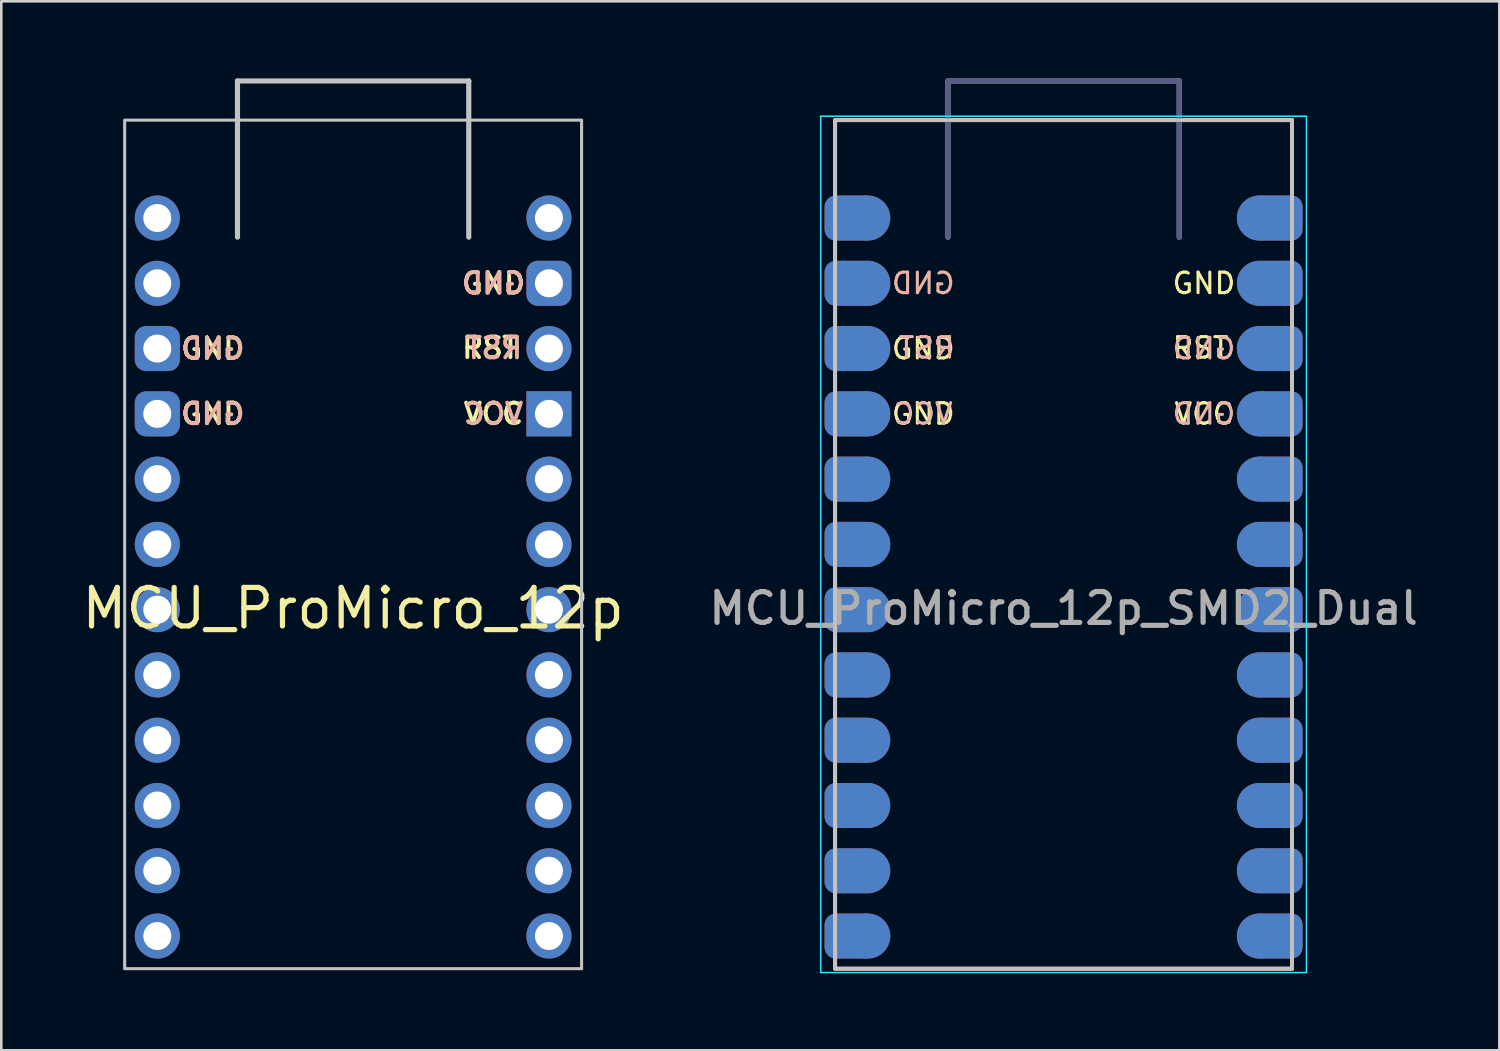
<source format=kicad_pcb>
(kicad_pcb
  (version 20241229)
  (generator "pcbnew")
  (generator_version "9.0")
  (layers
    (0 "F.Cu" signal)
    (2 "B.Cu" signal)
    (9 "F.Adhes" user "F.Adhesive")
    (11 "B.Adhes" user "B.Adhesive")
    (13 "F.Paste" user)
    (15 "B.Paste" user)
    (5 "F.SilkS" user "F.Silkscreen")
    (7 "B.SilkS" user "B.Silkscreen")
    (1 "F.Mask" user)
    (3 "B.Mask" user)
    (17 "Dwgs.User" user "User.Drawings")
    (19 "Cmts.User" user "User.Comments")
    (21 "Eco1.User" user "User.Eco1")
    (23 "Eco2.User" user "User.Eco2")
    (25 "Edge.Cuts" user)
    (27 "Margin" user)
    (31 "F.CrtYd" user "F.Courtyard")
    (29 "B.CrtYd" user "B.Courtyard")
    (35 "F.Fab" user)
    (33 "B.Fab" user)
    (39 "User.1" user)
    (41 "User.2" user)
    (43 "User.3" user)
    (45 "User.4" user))
  (footprint "MCU_ProMicro_12p_SMD2_Dual"
    (layer "F.Cu")
    (at 38.337 18.624)
    (property "Reference" "MCU_ProMicro_12p_SMD2_Dual" (at 0 2 180) (layer "F.Fab") (effects (font (size 1.2 1.2) (thickness 0.203))))
    (attr through_hole)
    (fp_line (start -8.89 -17) (end -8.89 16.02) (stroke (width 0.15) (type default)) (layer "F.SilkS"))
    (fp_line (start -8.89 -17) (end 8.89 -17) (stroke (width 0.15) (type default)) (layer "F.SilkS"))
    (fp_line (start 8.89 16.02) (end -8.89 16.02) (stroke (width 0.15) (type default)) (layer "F.SilkS"))
    (fp_line (start 8.89 16.02) (end 8.89 -17) (stroke (width 0.15) (type default)) (layer "F.SilkS"))
    (fp_line (start -8.89 16.02) (end -8.89 -17) (stroke (width 0.15) (type default)) (layer "B.SilkS"))
    (fp_line (start -8.89 16.02) (end 8.89 16.02) (stroke (width 0.15) (type default)) (layer "B.SilkS"))
    (fp_line (start 8.89 -17) (end -8.89 -17) (stroke (width 0.15) (type default)) (layer "B.SilkS"))
    (fp_line (start 8.89 -17) (end 8.89 16.02) (stroke (width 0.15) (type default)) (layer "B.SilkS"))
    (fp_line (start -8.89 -17) (end -8.89 16.02) (stroke (width 0.12) (type default)) (layer "Dwgs.User"))
    (fp_line (start -8.89 -17) (end 8.89 -17) (stroke (width 0.12) (type default)) (layer "Dwgs.User"))
    (fp_line (start -8.89 16.02) (end -8.89 -17) (stroke (width 0.12) (type default)) (layer "Dwgs.User"))
    (fp_line (start -8.89 16.02) (end 8.89 16.02) (stroke (width 0.12) (type default)) (layer "Dwgs.User"))
    (fp_line (start 8.89 -17) (end -8.89 -17) (stroke (width 0.12) (type default)) (layer "Dwgs.User"))
    (fp_line (start 8.89 -17) (end 8.89 16.02) (stroke (width 0.12) (type default)) (layer "Dwgs.User"))
    (fp_line (start 8.89 16.02) (end -8.89 16.02) (stroke (width 0.12) (type default)) (layer "Dwgs.User"))
    (fp_line (start 8.89 16.02) (end 8.89 -17) (stroke (width 0.12) (type default)) (layer "Dwgs.User"))
    (fp_line (start -9.45 -17.15) (end -9.45 16.17) (stroke (width 0.05) (type default)) (layer "B.CrtYd"))
    (fp_line (start -9.45 16.17) (end 9.45 16.17) (stroke (width 0.05) (type default)) (layer "B.CrtYd"))
    (fp_line (start 9.45 -17.15) (end -9.45 -17.15) (stroke (width 0.05) (type default)) (layer "B.CrtYd"))
    (fp_line (start 9.45 -17.15) (end 9.45 16.17) (stroke (width 0.05) (type default)) (layer "B.CrtYd"))
    (fp_line (start -9.45 -17.15) (end -9.45 16.17) (stroke (width 0.05) (type default)) (layer "F.CrtYd"))
    (fp_line (start -9.45 -17.15) (end 9.45 -17.15) (stroke (width 0.05) (type default)) (layer "F.CrtYd"))
    (fp_line (start 9.45 -17.15) (end 9.45 16.17) (stroke (width 0.05) (type default)) (layer "F.CrtYd"))
    (fp_line (start 9.45 16.17) (end -9.45 16.17) (stroke (width 0.05) (type default)) (layer "F.CrtYd"))
    (fp_line (start -4.5 -18.524) (end -4.5 -12.444) (stroke (width 0.2) (type solid)) (layer "B.Fab"))
    (fp_line (start 4.5 -18.524) (end -4.5 -18.524) (stroke (width 0.2) (type solid)) (layer "B.Fab"))
    (fp_line (start 4.5 -12.444) (end 4.5 -18.524) (stroke (width 0.2) (type solid)) (layer "B.Fab"))
    (fp_line (start -4.5 -18.524) (end 4.5 -18.524) (stroke (width 0.2) (type solid)) (layer "F.Fab"))
    (fp_line (start -4.5 -12.444) (end -4.5 -18.524) (stroke (width 0.2) (type solid)) (layer "F.Fab"))
    (fp_line (start 4.5 -18.524) (end 4.5 -12.444) (stroke (width 0.2) (type solid)) (layer "F.Fab"))
    (fp_text user "GND" (at -5.461 -5.57 0) (layer "F.SilkS") (effects (font (size 0.8 0.8) (thickness 0.12))))
    (fp_text user "GND" (at -5.461 -8.11 0) (layer "F.SilkS") (effects (font (size 0.8 0.8) (thickness 0.12))))
    (fp_text user "RST" (at 5.334 -8.14 0) (layer "F.SilkS") (effects (font (size 0.8 0.8) (thickness 0.12))))
    (fp_text user "GND" (at 5.461 -10.65 0) (layer "F.SilkS") (effects (font (size 0.8 0.8) (thickness 0.12))))
    (fp_text user "VCC" (at 5.461 -5.57 0) (layer "F.SilkS") (effects (font (size 0.8 0.8) (thickness 0.12))))
    (fp_text user "RST" (at -5.334 -8.14 0) (layer "B.SilkS") (effects (font (size 0.8 0.8) (thickness 0.12)) (justify mirror)))
    (fp_text user "GND" (at 5.461 -5.57 0) (layer "B.SilkS") (effects (font (size 0.8 0.8) (thickness 0.12)) (justify mirror)))
    (fp_text user "VCC" (at -5.461 -5.57 0) (layer "B.SilkS") (effects (font (size 0.8 0.8) (thickness 0.12)) (justify mirror)))
    (fp_text user "GND" (at -5.461 -10.65 0) (layer "B.SilkS") (effects (font (size 0.8 0.8) (thickness 0.12)) (justify mirror)))
    (fp_text user "GND" (at 5.461 -8.11 0) (layer "B.SilkS") (effects (font (size 0.8 0.8) (thickness 0.12)) (justify mirror)))
    (pad "1" smd roundrect (at -8.3 -13.19) (size 2 1.753) (layers "F.Cu" "F.Mask") (roundrect_rratio 0.25) (chamfer_ratio 0.2) (chamfer))
    (pad "1" smd circle (at -7.62 -13.19 270) (size 1.753 1.753) (layers "F.Cu" "F.Mask"))
    (pad "1" smd circle (at 7.62 -13.19 90) (size 1.753 1.753) (layers "B.Cu" "B.Mask"))
    (pad "1" smd roundrect (at 8.3 -13.19) (size 2 1.753) (layers "B.Cu" "B.Mask") (roundrect_rratio 0.25) (chamfer_ratio 0.2) (chamfer))
    (pad "2" smd roundrect (at -8.3 -10.65) (size 2 1.753) (layers "F.Cu" "F.Mask") (roundrect_rratio 0.25) (chamfer_ratio 0.2) (chamfer))
    (pad "2" smd circle (at -7.62 -10.65 270) (size 1.753 1.753) (layers "F.Cu" "F.Mask"))
    (pad "2" smd circle (at 7.62 -10.65 90) (size 1.753 1.753) (layers "B.Cu" "B.Mask"))
    (pad "2" smd roundrect (at 8.3 -10.65) (size 2 1.753) (layers "B.Cu" "B.Mask") (roundrect_rratio 0.25) (chamfer_ratio 0.2) (chamfer))
    (pad "3" smd roundrect (at -8.3 -8.11) (size 2 1.753) (layers "F.Cu" "F.Mask") (roundrect_rratio 0.25) (chamfer_ratio 0.2) (chamfer))
    (pad "3" smd circle (at -7.62 -8.11 270) (size 1.753 1.753) (layers "F.Cu" "F.Mask"))
    (pad "3" smd circle (at 7.62 -8.11 90) (size 1.753 1.753) (layers "B.Cu" "B.Mask"))
    (pad "3" smd roundrect (at 8.3 -8.11) (size 2 1.753) (layers "B.Cu" "B.Mask") (roundrect_rratio 0.25) (chamfer_ratio 0.2) (chamfer))
    (pad "4" smd roundrect (at -8.3 -5.57) (size 2 1.753) (layers "F.Cu" "F.Mask") (roundrect_rratio 0.25) (chamfer_ratio 0.2) (chamfer))
    (pad "4" smd circle (at -7.62 -5.57 270) (size 1.753 1.753) (layers "F.Cu" "F.Mask"))
    (pad "4" smd circle (at 7.62 -5.57 90) (size 1.753 1.753) (layers "B.Cu" "B.Mask"))
    (pad "4" smd roundrect (at 8.3 -5.57) (size 2 1.753) (layers "B.Cu" "B.Mask") (roundrect_rratio 0.25) (chamfer_ratio 0.2) (chamfer))
    (pad "5" smd roundrect (at -8.3 -3.03) (size 2 1.753) (layers "F.Cu" "F.Mask") (roundrect_rratio 0.25) (chamfer_ratio 0.2) (chamfer))
    (pad "5" smd circle (at -7.62 -3.03 270) (size 1.753 1.753) (layers "F.Cu" "F.Mask"))
    (pad "5" smd circle (at 7.62 -3.03 90) (size 1.753 1.753) (layers "B.Cu" "B.Mask"))
    (pad "5" smd roundrect (at 8.3 -3.03) (size 2 1.753) (layers "B.Cu" "B.Mask") (roundrect_rratio 0.25) (chamfer_ratio 0.2) (chamfer))
    (pad "6" smd roundrect (at -8.3 -0.49) (size 2 1.753) (layers "F.Cu" "F.Mask") (roundrect_rratio 0.25) (chamfer_ratio 0.2) (chamfer))
    (pad "6" smd circle (at -7.62 -0.49 270) (size 1.753 1.753) (layers "F.Cu" "F.Mask"))
    (pad "6" smd circle (at 7.62 -0.49 90) (size 1.753 1.753) (layers "B.Cu" "B.Mask"))
    (pad "6" smd roundrect (at 8.3 -0.49) (size 2 1.753) (layers "B.Cu" "B.Mask") (roundrect_rratio 0.25) (chamfer_ratio 0.2) (chamfer))
    (pad "7" smd roundrect (at -8.3 2.05) (size 2 1.753) (layers "F.Cu" "F.Mask") (roundrect_rratio 0.25) (chamfer_ratio 0.2) (chamfer))
    (pad "7" smd circle (at -7.62 2.05 270) (size 1.753 1.753) (layers "F.Cu" "F.Mask"))
    (pad "7" smd circle (at 7.62 2.05 90) (size 1.753 1.753) (layers "B.Cu" "B.Mask"))
    (pad "7" smd roundrect (at 8.3 2.05) (size 2 1.753) (layers "B.Cu" "B.Mask") (roundrect_rratio 0.25) (chamfer_ratio 0.2) (chamfer))
    (pad "8" smd roundrect (at -8.3 4.59) (size 2 1.753) (layers "F.Cu" "F.Mask") (roundrect_rratio 0.25) (chamfer_ratio 0.2) (chamfer))
    (pad "8" smd circle (at -7.62 4.59 270) (size 1.753 1.753) (layers "F.Cu" "F.Mask"))
    (pad "8" smd circle (at 7.62 4.59 90) (size 1.753 1.753) (layers "B.Cu" "B.Mask"))
    (pad "8" smd roundrect (at 8.3 4.59) (size 2 1.753) (layers "B.Cu" "B.Mask") (roundrect_rratio 0.25) (chamfer_ratio 0.2) (chamfer))
    (pad "9" smd roundrect (at -8.3 7.13) (size 2 1.753) (layers "F.Cu" "F.Mask") (roundrect_rratio 0.25) (chamfer_ratio 0.2) (chamfer))
    (pad "9" smd circle (at -7.62 7.13 270) (size 1.753 1.753) (layers "F.Cu" "F.Mask"))
    (pad "9" smd circle (at 7.62 7.13 90) (size 1.753 1.753) (layers "B.Cu" "B.Mask"))
    (pad "9" smd roundrect (at 8.3 7.13) (size 2 1.753) (layers "B.Cu" "B.Mask") (roundrect_rratio 0.25) (chamfer_ratio 0.2) (chamfer))
    (pad "10" smd roundrect (at -8.3 9.67) (size 2 1.753) (layers "F.Cu" "F.Mask") (roundrect_rratio 0.25) (chamfer_ratio 0.2) (chamfer))
    (pad "10" smd circle (at -7.62 9.67 270) (size 1.753 1.753) (layers "F.Cu" "F.Mask"))
    (pad "10" smd circle (at 7.62 9.67 90) (size 1.753 1.753) (layers "B.Cu" "B.Mask"))
    (pad "10" smd roundrect (at 8.3 9.67) (size 2 1.753) (layers "B.Cu" "B.Mask") (roundrect_rratio 0.25) (chamfer_ratio 0.2) (chamfer))
    (pad "11" smd roundrect (at -8.3 12.21) (size 2 1.753) (layers "F.Cu" "F.Mask") (roundrect_rratio 0.25) (chamfer_ratio 0.2) (chamfer))
    (pad "11" smd circle (at -7.62 12.21 270) (size 1.753 1.753) (layers "F.Cu" "F.Mask"))
    (pad "11" smd circle (at 7.62 12.21 90) (size 1.753 1.753) (layers "B.Cu" "B.Mask"))
    (pad "11" smd roundrect (at 8.3 12.21) (size 2 1.753) (layers "B.Cu" "B.Mask") (roundrect_rratio 0.25) (chamfer_ratio 0.2) (chamfer))
    (pad "12" smd roundrect (at -8.3 14.75) (size 2 1.753) (layers "F.Cu" "F.Mask") (roundrect_rratio 0.25) (chamfer_ratio 0.2) (chamfer))
    (pad "12" smd circle (at -7.62 14.75 270) (size 1.753 1.753) (layers "F.Cu" "F.Mask"))
    (pad "12" smd circle (at 7.62 14.75 90) (size 1.753 1.753) (layers "B.Cu" "B.Mask"))
    (pad "12" smd roundrect (at 8.3 14.75) (size 2 1.753) (layers "B.Cu" "B.Mask") (roundrect_rratio 0.25) (chamfer_ratio 0.2) (chamfer))
    (pad "13" smd roundrect (at -8.3 14.75 180) (size 2 1.753) (layers "B.Cu" "B.Mask") (roundrect_rratio 0.25) (chamfer_ratio 0.2) (chamfer))
    (pad "13" smd circle (at -7.62 14.75 270) (size 1.753 1.753) (layers "B.Cu" "B.Mask"))
    (pad "13" smd circle (at 7.62 14.75 90) (size 1.753 1.753) (layers "F.Cu" "F.Mask"))
    (pad "13" smd roundrect (at 8.3 14.75 180) (size 2 1.753) (layers "F.Cu" "F.Mask") (roundrect_rratio 0.25) (chamfer_ratio 0.2) (chamfer))
    (pad "14" smd roundrect (at -8.3 12.21 180) (size 2 1.753) (layers "B.Cu" "B.Mask") (roundrect_rratio 0.25) (chamfer_ratio 0.2) (chamfer))
    (pad "14" smd circle (at -7.62 12.21 270) (size 1.753 1.753) (layers "B.Cu" "B.Mask"))
    (pad "14" smd circle (at 7.62 12.21 90) (size 1.753 1.753) (layers "F.Cu" "F.Mask"))
    (pad "14" smd roundrect (at 8.3 12.21 180) (size 2 1.753) (layers "F.Cu" "F.Mask") (roundrect_rratio 0.25) (chamfer_ratio 0.2) (chamfer))
    (pad "15" smd roundrect (at -8.3 9.67 180) (size 2 1.753) (layers "B.Cu" "B.Mask") (roundrect_rratio 0.25) (chamfer_ratio 0.2) (chamfer))
    (pad "15" smd circle (at -7.62 9.67 270) (size 1.753 1.753) (layers "B.Cu" "B.Mask"))
    (pad "15" smd circle (at 7.62 9.67 90) (size 1.753 1.753) (layers "F.Cu" "F.Mask"))
    (pad "15" smd roundrect (at 8.3 9.67 180) (size 2 1.753) (layers "F.Cu" "F.Mask") (roundrect_rratio 0.25) (chamfer_ratio 0.2) (chamfer))
    (pad "16" smd roundrect (at -8.3 7.13 180) (size 2 1.753) (layers "B.Cu" "B.Mask") (roundrect_rratio 0.25) (chamfer_ratio 0.2) (chamfer))
    (pad "16" smd circle (at -7.62 7.13 270) (size 1.753 1.753) (layers "B.Cu" "B.Mask"))
    (pad "16" smd circle (at 7.62 7.13 90) (size 1.753 1.753) (layers "F.Cu" "F.Mask"))
    (pad "16" smd roundrect (at 8.3 7.13 180) (size 2 1.753) (layers "F.Cu" "F.Mask") (roundrect_rratio 0.25) (chamfer_ratio 0.2) (chamfer))
    (pad "17" smd roundrect (at -8.3 4.59 180) (size 2 1.753) (layers "B.Cu" "B.Mask") (roundrect_rratio 0.25) (chamfer_ratio 0.2) (chamfer))
    (pad "17" smd circle (at -7.62 4.59 270) (size 1.753 1.753) (layers "B.Cu" "B.Mask"))
    (pad "17" smd circle (at 7.62 4.59 90) (size 1.753 1.753) (layers "F.Cu" "F.Mask"))
    (pad "17" smd roundrect (at 8.3 4.59 180) (size 2 1.753) (layers "F.Cu" "F.Mask") (roundrect_rratio 0.25) (chamfer_ratio 0.2) (chamfer))
    (pad "18" smd roundrect (at -8.3 2.05 180) (size 2 1.753) (layers "B.Cu" "B.Mask") (roundrect_rratio 0.25) (chamfer_ratio 0.2) (chamfer))
    (pad "18" smd circle (at -7.62 2.05 270) (size 1.753 1.753) (layers "B.Cu" "B.Mask"))
    (pad "18" smd circle (at 7.62 2.05 90) (size 1.753 1.753) (layers "F.Cu" "F.Mask"))
    (pad "18" smd roundrect (at 8.3 2.05 180) (size 2 1.753) (layers "F.Cu" "F.Mask") (roundrect_rratio 0.25) (chamfer_ratio 0.2) (chamfer))
    (pad "19" smd roundrect (at -8.3 -0.49 180) (size 2 1.753) (layers "B.Cu" "B.Mask") (roundrect_rratio 0.25) (chamfer_ratio 0.2) (chamfer))
    (pad "19" smd circle (at -7.62 -0.49 270) (size 1.753 1.753) (layers "B.Cu" "B.Mask"))
    (pad "19" smd circle (at 7.62 -0.49 90) (size 1.753 1.753) (layers "F.Cu" "F.Mask"))
    (pad "19" smd roundrect (at 8.3 -0.49 180) (size 2 1.753) (layers "F.Cu" "F.Mask") (roundrect_rratio 0.25) (chamfer_ratio 0.2) (chamfer))
    (pad "20" smd roundrect (at -8.3 -3.03 180) (size 2 1.753) (layers "B.Cu" "B.Mask") (roundrect_rratio 0.25) (chamfer_ratio 0.2) (chamfer))
    (pad "20" smd circle (at -7.62 -3.03 270) (size 1.753 1.753) (layers "B.Cu" "B.Mask"))
    (pad "20" smd circle (at 7.62 -3.03 90) (size 1.753 1.753) (layers "F.Cu" "F.Mask"))
    (pad "20" smd roundrect (at 8.3 -3.03 180) (size 2 1.753) (layers "F.Cu" "F.Mask") (roundrect_rratio 0.25) (chamfer_ratio 0.2) (chamfer))
    (pad "21" smd roundrect (at -8.3 -5.57 180) (size 2 1.753) (layers "B.Cu" "B.Mask") (roundrect_rratio 0.25) (chamfer_ratio 0.2) (chamfer))
    (pad "21" smd circle (at -7.62 -5.57 270) (size 1.753 1.753) (layers "B.Cu" "B.Mask"))
    (pad "21" smd circle (at 7.62 -5.57 90) (size 1.753 1.753) (layers "F.Cu" "F.Mask"))
    (pad "21" smd roundrect (at 8.3 -5.57 180) (size 2 1.753) (layers "F.Cu" "F.Mask") (roundrect_rratio 0.25) (chamfer_ratio 0.2) (chamfer))
    (pad "22" smd roundrect (at -8.3 -8.11 180) (size 2 1.753) (layers "B.Cu" "B.Mask") (roundrect_rratio 0.25) (chamfer_ratio 0.2) (chamfer))
    (pad "22" smd circle (at -7.62 -8.11 270) (size 1.753 1.753) (layers "B.Cu" "B.Mask"))
    (pad "22" smd circle (at 7.62 -8.11 90) (size 1.753 1.753) (layers "F.Cu" "F.Mask"))
    (pad "22" smd roundrect (at 8.3 -8.11 180) (size 2 1.753) (layers "F.Cu" "F.Mask") (roundrect_rratio 0.25) (chamfer_ratio 0.2) (chamfer))
    (pad "23" smd roundrect (at -8.3 -10.65 180) (size 2 1.753) (layers "B.Cu" "B.Mask") (roundrect_rratio 0.25) (chamfer_ratio 0.2) (chamfer))
    (pad "23" smd circle (at -7.62 -10.65 270) (size 1.753 1.753) (layers "B.Cu" "B.Mask"))
    (pad "23" smd circle (at 7.62 -10.65 90) (size 1.753 1.753) (layers "F.Cu" "F.Mask"))
    (pad "23" smd roundrect (at 8.3 -10.65 180) (size 2 1.753) (layers "F.Cu" "F.Mask") (roundrect_rratio 0.25) (chamfer_ratio 0.2) (chamfer))
    (pad "24" smd roundrect (at -8.3 -13.19 180) (size 2 1.753) (layers "B.Cu" "B.Mask") (roundrect_rratio 0.25) (chamfer_ratio 0.2) (chamfer))
    (pad "24" smd circle (at -7.62 -13.19 270) (size 1.753 1.753) (layers "B.Cu" "B.Mask"))
    (pad "24" smd circle (at 7.62 -13.19 90) (size 1.753 1.753) (layers "F.Cu" "F.Mask"))
    (pad "24" smd roundrect (at 8.3 -13.19 180) (size 2 1.753) (layers "F.Cu" "F.Mask") (roundrect_rratio 0.25) (chamfer_ratio 0.2) (chamfer)))
  (footprint "MCU_ProMicro_12p"
    (layer "F.Cu")
    (at 10.691 18.624)
    (property "Reference" "MCU_ProMicro_12p" (at 0 2 180) (layer "F.SilkS") (effects (font (size 1.5 1.5) (thickness 0.203))))
    (attr through_hole)
    (fp_line (start -4.5 -18.524) (end 4.5 -18.524) (stroke (width 0.2) (type solid)) (layer "Dwgs.User"))
    (fp_line (start -4.5 -12.444) (end -4.5 -18.524) (stroke (width 0.2) (type solid)) (layer "Dwgs.User"))
    (fp_line (start 4.5 -18.524) (end 4.5 -12.444) (stroke (width 0.2) (type solid)) (layer "Dwgs.User"))
    (fp_rect (start -8.89 16.02) (end 8.89 -17) (stroke (width 0.12) (type default)) (fill no) (layer "Dwgs.User"))
    (fp_text user "GND" (at -5.461 -8.11 0) (layer "F.SilkS") (effects (font (size 0.8 0.8) (thickness 0.15))))
    (fp_text user "VCC" (at 5.461 -5.57 0) (layer "F.SilkS") (effects (font (size 0.8 0.8) (thickness 0.15))))
    (fp_text user "GND" (at -5.461 -5.57 0) (layer "F.SilkS") (effects (font (size 0.8 0.8) (thickness 0.15))))
    (fp_text user "GND" (at 5.461 -10.65 0) (layer "F.SilkS") (effects (font (size 0.8 0.8) (thickness 0.15))))
    (fp_text user "RST" (at 5.34 -8.14 0) (layer "F.SilkS") (effects (font (size 0.8 0.8) (thickness 0.15))))
    (fp_text user "RST" (at 5.48 -8.13 0) (layer "B.SilkS") (effects (font (size 0.8 0.8) (thickness 0.15)) (justify mirror)))
    (fp_text user "GND" (at -5.461 -8.11 0) (layer "B.SilkS") (effects (font (size 0.8 0.8) (thickness 0.15)) (justify mirror)))
    (fp_text user "VCC" (at 5.461 -5.57 0) (layer "B.SilkS") (effects (font (size 0.8 0.8) (thickness 0.15)) (justify mirror)))
    (fp_text user "GND" (at -5.461 -5.57 0) (layer "B.SilkS") (effects (font (size 0.8 0.8) (thickness 0.15)) (justify mirror)))
    (fp_text user "GND" (at 5.461 -10.65 0) (layer "B.SilkS") (effects (font (size 0.8 0.8) (thickness 0.15)) (justify mirror)))
    (pad "1" thru_hole circle (at -7.62 -13.19 270) (size 1.753 1.753) (drill 1.092) (layers "*.Cu" "*.Mask"))
    (pad "2" thru_hole circle (at -7.62 -10.65 270) (size 1.753 1.753) (drill 1.092) (layers "*.Cu" "*.Mask"))
    (pad "3" thru_hole roundrect (at -7.62 -8.11 270) (size 1.753 1.753) (drill 1.092) (layers "*.Cu" "*.Mask") (roundrect_rratio 0.25))
    (pad "4" thru_hole roundrect (at -7.62 -5.57 270) (size 1.753 1.753) (drill 1.092) (layers "*.Cu" "*.Mask") (roundrect_rratio 0.25))
    (pad "5" thru_hole circle (at -7.62 -3.03 270) (size 1.753 1.753) (drill 1.092) (layers "*.Cu" "*.Mask"))
    (pad "6" thru_hole circle (at -7.62 -0.49 270) (size 1.753 1.753) (drill 1.092) (layers "*.Cu" "*.Mask"))
    (pad "7" thru_hole circle (at -7.62 2.05 270) (size 1.753 1.753) (drill 1.092) (layers "*.Cu" "*.Mask"))
    (pad "8" thru_hole circle (at -7.62 4.59 270) (size 1.753 1.753) (drill 1.092) (layers "*.Cu" "*.Mask"))
    (pad "9" thru_hole circle (at -7.62 7.13 270) (size 1.753 1.753) (drill 1.092) (layers "*.Cu" "*.Mask"))
    (pad "10" thru_hole circle (at -7.62 9.67 270) (size 1.753 1.753) (drill 1.092) (layers "*.Cu" "*.Mask"))
    (pad "11" thru_hole circle (at -7.62 12.21 270) (size 1.753 1.753) (drill 1.092) (layers "*.Cu" "*.Mask"))
    (pad "12" thru_hole circle (at -7.62 14.75 270) (size 1.753 1.753) (drill 1.092) (layers "*.Cu" "*.Mask"))
    (pad "13" thru_hole circle (at 7.62 14.75 270) (size 1.753 1.753) (drill 1.092) (layers "*.Cu" "*.Mask"))
    (pad "14" thru_hole circle (at 7.62 12.21 270) (size 1.753 1.753) (drill 1.092) (layers "*.Cu" "*.Mask"))
    (pad "15" thru_hole circle (at 7.62 9.67 270) (size 1.753 1.753) (drill 1.092) (layers "*.Cu" "*.Mask"))
    (pad "16" thru_hole circle (at 7.62 7.13 270) (size 1.753 1.753) (drill 1.092) (layers "*.Cu" "*.Mask"))
    (pad "17" thru_hole circle (at 7.62 4.59 270) (size 1.753 1.753) (drill 1.092) (layers "*.Cu" "*.Mask"))
    (pad "18" thru_hole circle (at 7.62 2.05 270) (size 1.753 1.753) (drill 1.092) (layers "*.Cu" "*.Mask"))
    (pad "19" thru_hole circle (at 7.62 -0.49 270) (size 1.753 1.753) (drill 1.092) (layers "*.Cu" "*.Mask"))
    (pad "20" thru_hole circle (at 7.62 -3.03 270) (size 1.753 1.753) (drill 1.092) (layers "*.Cu" "*.Mask"))
    (pad "21" thru_hole rect (at 7.62 -5.57 270) (size 1.753 1.753) (drill 1.092) (layers "*.Cu" "*.Mask"))
    (pad "22" thru_hole circle (at 7.62 -8.11 270) (size 1.753 1.753) (drill 1.092) (layers "*.Cu" "*.Mask"))
    (pad "23" thru_hole roundrect (at 7.62 -10.65 270) (size 1.753 1.753) (drill 1.092) (layers "*.Cu" "*.Mask") (roundrect_rratio 0.25))
    (pad "24" thru_hole circle (at 7.62 -13.19 270) (size 1.753 1.753) (drill 1.092) (layers "*.Cu" "*.Mask")))
  (gr_rect
    (start -3 -3)
    (end 55.293 37.819)
    (stroke (width 0.1) (type default))
    (fill no)
    (layer "Edge.Cuts")))
</source>
